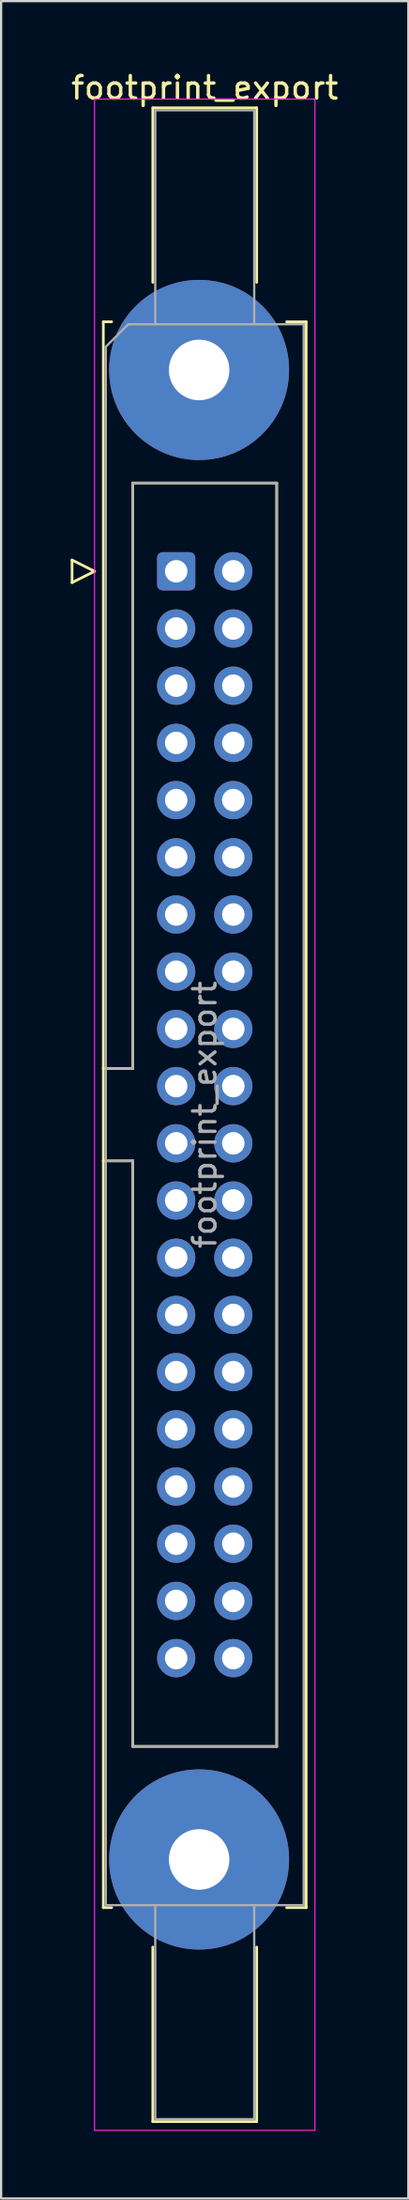
<source format=kicad_pcb>
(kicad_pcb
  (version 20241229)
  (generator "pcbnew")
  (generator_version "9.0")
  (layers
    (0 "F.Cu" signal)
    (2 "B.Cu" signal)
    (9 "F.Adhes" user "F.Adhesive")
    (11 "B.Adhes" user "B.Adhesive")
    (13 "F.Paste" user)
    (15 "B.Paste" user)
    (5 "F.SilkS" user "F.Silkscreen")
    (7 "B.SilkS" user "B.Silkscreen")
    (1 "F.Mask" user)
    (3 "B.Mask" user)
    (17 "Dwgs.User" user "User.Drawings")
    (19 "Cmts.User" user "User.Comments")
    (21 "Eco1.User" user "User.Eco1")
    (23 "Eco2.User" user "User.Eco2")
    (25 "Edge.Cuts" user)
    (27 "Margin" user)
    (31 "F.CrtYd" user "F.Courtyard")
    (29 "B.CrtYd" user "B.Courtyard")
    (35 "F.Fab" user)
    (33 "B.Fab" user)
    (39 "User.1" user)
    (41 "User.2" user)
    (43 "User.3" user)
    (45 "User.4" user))
  (footprint "footprint_export"
    (layer "F.Cu")
    (at 4.784 22.318)
    (property "Reference" "footprint_export" (at 1.27 -21.47 0) (layer "F.SilkS") (effects (font (size 1 1) (thickness 0.15))))
    (attr through_hole)
    (fp_line (start -4.63 -0.5) (end -4.63 0.5) (stroke (width 0.12) (type solid)) (layer "F.SilkS"))
    (fp_line (start -4.63 0.5) (end -3.63 0) (stroke (width 0.12) (type solid)) (layer "F.SilkS"))
    (fp_line (start -3.63 0) (end -4.63 -0.5) (stroke (width 0.12) (type solid)) (layer "F.SilkS"))
    (fp_line (start -3.24 -11.08) (end -3.24 59.34) (stroke (width 0.12) (type solid)) (layer "F.SilkS"))
    (fp_line (start -3.24 22.08) (end -1.93 22.08) (stroke (width 0.12) (type solid)) (layer "F.SilkS"))
    (fp_line (start -3.24 59.34) (end -2.87 59.34) (stroke (width 0.12) (type solid)) (layer "F.SilkS"))
    (fp_line (start -2.87 -11.08) (end -3.24 -11.08) (stroke (width 0.12) (type solid)) (layer "F.SilkS"))
    (fp_line (start -1.93 -3.92) (end 4.47 -3.92) (stroke (width 0.12) (type solid)) (layer "F.SilkS"))
    (fp_line (start -1.93 22.08) (end -1.93 -3.92) (stroke (width 0.12) (type solid)) (layer "F.SilkS"))
    (fp_line (start -1.93 26.18) (end -3.24 26.18) (stroke (width 0.12) (type solid)) (layer "F.SilkS"))
    (fp_line (start -1.93 26.18) (end -1.93 26.18) (stroke (width 0.12) (type solid)) (layer "F.SilkS"))
    (fp_line (start -1.93 52.18) (end -1.93 26.18) (stroke (width 0.12) (type solid)) (layer "F.SilkS"))
    (fp_line (start -1.04 -20.58) (end 3.58 -20.58) (stroke (width 0.12) (type solid)) (layer "F.SilkS"))
    (fp_line (start -1.04 -12.83) (end -1.04 -20.58) (stroke (width 0.12) (type solid)) (layer "F.SilkS"))
    (fp_line (start -1.04 61.09) (end -1.04 68.84) (stroke (width 0.12) (type solid)) (layer "F.SilkS"))
    (fp_line (start -1.04 68.84) (end 3.58 68.84) (stroke (width 0.12) (type solid)) (layer "F.SilkS"))
    (fp_line (start 3.58 -20.58) (end 3.58 -12.83) (stroke (width 0.12) (type solid)) (layer "F.SilkS"))
    (fp_line (start 3.58 68.84) (end 3.58 61.09) (stroke (width 0.12) (type solid)) (layer "F.SilkS"))
    (fp_line (start 4.47 -3.92) (end 4.47 52.18) (stroke (width 0.12) (type solid)) (layer "F.SilkS"))
    (fp_line (start 4.47 52.18) (end -1.93 52.18) (stroke (width 0.12) (type solid)) (layer "F.SilkS"))
    (fp_line (start 4.91 -11.08) (end 5.78 -11.08) (stroke (width 0.12) (type solid)) (layer "F.SilkS"))
    (fp_line (start 5.78 -11.08) (end 5.78 59.34) (stroke (width 0.12) (type solid)) (layer "F.SilkS"))
    (fp_line (start 5.78 59.34) (end 4.91 59.34) (stroke (width 0.12) (type solid)) (layer "F.SilkS"))
    (fp_line (start -3.63 -20.97) (end -3.63 69.23) (stroke (width 0.05) (type solid)) (layer "F.CrtYd"))
    (fp_line (start -3.63 69.23) (end 6.17 69.23) (stroke (width 0.05) (type solid)) (layer "F.CrtYd"))
    (fp_line (start 6.17 -20.97) (end -3.63 -20.97) (stroke (width 0.05) (type solid)) (layer "F.CrtYd"))
    (fp_line (start 6.17 69.23) (end 6.17 -20.97) (stroke (width 0.05) (type solid)) (layer "F.CrtYd"))
    (fp_line (start -3.13 -9.97) (end -2.13 -10.97) (stroke (width 0.1) (type solid)) (layer "F.Fab"))
    (fp_line (start -3.13 22.08) (end -1.93 22.08) (stroke (width 0.1) (type solid)) (layer "F.Fab"))
    (fp_line (start -3.13 59.23) (end -3.13 -9.97) (stroke (width 0.1) (type solid)) (layer "F.Fab"))
    (fp_line (start -2.13 -10.97) (end 5.67 -10.97) (stroke (width 0.1) (type solid)) (layer "F.Fab"))
    (fp_line (start -1.93 -3.92) (end 4.47 -3.92) (stroke (width 0.1) (type solid)) (layer "F.Fab"))
    (fp_line (start -1.93 22.08) (end -1.93 -3.92) (stroke (width 0.1) (type solid)) (layer "F.Fab"))
    (fp_line (start -1.93 26.18) (end -3.13 26.18) (stroke (width 0.1) (type solid)) (layer "F.Fab"))
    (fp_line (start -1.93 26.18) (end -1.93 26.18) (stroke (width 0.1) (type solid)) (layer "F.Fab"))
    (fp_line (start -1.93 52.18) (end -1.93 26.18) (stroke (width 0.1) (type solid)) (layer "F.Fab"))
    (fp_line (start -0.93 -20.47) (end 3.47 -20.47) (stroke (width 0.1) (type solid)) (layer "F.Fab"))
    (fp_line (start -0.93 -10.97) (end -0.93 -20.47) (stroke (width 0.1) (type solid)) (layer "F.Fab"))
    (fp_line (start -0.93 59.23) (end -0.93 68.73) (stroke (width 0.1) (type solid)) (layer "F.Fab"))
    (fp_line (start -0.93 68.73) (end 3.47 68.73) (stroke (width 0.1) (type solid)) (layer "F.Fab"))
    (fp_line (start 3.47 -20.47) (end 3.47 -10.97) (stroke (width 0.1) (type solid)) (layer "F.Fab"))
    (fp_line (start 3.47 68.73) (end 3.47 59.23) (stroke (width 0.1) (type solid)) (layer "F.Fab"))
    (fp_line (start 4.47 -3.92) (end 4.47 52.18) (stroke (width 0.1) (type solid)) (layer "F.Fab"))
    (fp_line (start 4.47 52.18) (end -1.93 52.18) (stroke (width 0.1) (type solid)) (layer "F.Fab"))
    (fp_line (start 5.67 -10.97) (end 5.67 59.23) (stroke (width 0.1) (type solid)) (layer "F.Fab"))
    (fp_line (start 5.67 59.23) (end -3.13 59.23) (stroke (width 0.1) (type solid)) (layer "F.Fab"))
    (fp_text user "${REFERENCE}" (at 1.27 24.13 90) (layer "F.Fab") (effects (font (size 1 1) (thickness 0.15))))
    (pad "1" thru_hole roundrect (at 0 0) (size 1.7 1.7) (drill 1) (layers "*.Cu" "*.Mask") (roundrect_rratio 0.147))
    (pad "2" thru_hole circle (at 2.54 0) (size 1.7 1.7) (drill 1) (layers "*.Cu" "*.Mask"))
    (pad "3" thru_hole circle (at 0 2.54) (size 1.7 1.7) (drill 1) (layers "*.Cu" "*.Mask"))
    (pad "4" thru_hole circle (at 2.54 2.54) (size 1.7 1.7) (drill 1) (layers "*.Cu" "*.Mask"))
    (pad "5" thru_hole circle (at 0 5.08) (size 1.7 1.7) (drill 1) (layers "*.Cu" "*.Mask"))
    (pad "6" thru_hole circle (at 2.54 5.08) (size 1.7 1.7) (drill 1) (layers "*.Cu" "*.Mask"))
    (pad "7" thru_hole circle (at 0 7.62) (size 1.7 1.7) (drill 1) (layers "*.Cu" "*.Mask"))
    (pad "8" thru_hole circle (at 2.54 7.62) (size 1.7 1.7) (drill 1) (layers "*.Cu" "*.Mask"))
    (pad "9" thru_hole circle (at 0 10.16) (size 1.7 1.7) (drill 1) (layers "*.Cu" "*.Mask"))
    (pad "10" thru_hole circle (at 2.54 10.16) (size 1.7 1.7) (drill 1) (layers "*.Cu" "*.Mask"))
    (pad "11" thru_hole circle (at 0 12.7) (size 1.7 1.7) (drill 1) (layers "*.Cu" "*.Mask"))
    (pad "12" thru_hole circle (at 2.54 12.7) (size 1.7 1.7) (drill 1) (layers "*.Cu" "*.Mask"))
    (pad "13" thru_hole circle (at 0 15.24) (size 1.7 1.7) (drill 1) (layers "*.Cu" "*.Mask"))
    (pad "14" thru_hole circle (at 2.54 15.24) (size 1.7 1.7) (drill 1) (layers "*.Cu" "*.Mask"))
    (pad "15" thru_hole circle (at 0 17.78) (size 1.7 1.7) (drill 1) (layers "*.Cu" "*.Mask"))
    (pad "16" thru_hole circle (at 2.54 17.78) (size 1.7 1.7) (drill 1) (layers "*.Cu" "*.Mask"))
    (pad "17" thru_hole circle (at 0 20.32) (size 1.7 1.7) (drill 1) (layers "*.Cu" "*.Mask"))
    (pad "18" thru_hole circle (at 2.54 20.32) (size 1.7 1.7) (drill 1) (layers "*.Cu" "*.Mask"))
    (pad "19" thru_hole circle (at 0 22.86) (size 1.7 1.7) (drill 1) (layers "*.Cu" "*.Mask"))
    (pad "20" thru_hole circle (at 2.54 22.86) (size 1.7 1.7) (drill 1) (layers "*.Cu" "*.Mask"))
    (pad "21" thru_hole circle (at 0 25.4) (size 1.7 1.7) (drill 1) (layers "*.Cu" "*.Mask"))
    (pad "22" thru_hole circle (at 2.54 25.4) (size 1.7 1.7) (drill 1) (layers "*.Cu" "*.Mask"))
    (pad "23" thru_hole circle (at 0 27.94) (size 1.7 1.7) (drill 1) (layers "*.Cu" "*.Mask"))
    (pad "24" thru_hole circle (at 2.54 27.94) (size 1.7 1.7) (drill 1) (layers "*.Cu" "*.Mask"))
    (pad "25" thru_hole circle (at 0 30.48) (size 1.7 1.7) (drill 1) (layers "*.Cu" "*.Mask"))
    (pad "26" thru_hole circle (at 2.54 30.48) (size 1.7 1.7) (drill 1) (layers "*.Cu" "*.Mask"))
    (pad "27" thru_hole circle (at 0 33.02) (size 1.7 1.7) (drill 1) (layers "*.Cu" "*.Mask"))
    (pad "28" thru_hole circle (at 2.54 33.02) (size 1.7 1.7) (drill 1) (layers "*.Cu" "*.Mask"))
    (pad "29" thru_hole circle (at 0 35.56) (size 1.7 1.7) (drill 1) (layers "*.Cu" "*.Mask"))
    (pad "30" thru_hole circle (at 2.54 35.56) (size 1.7 1.7) (drill 1) (layers "*.Cu" "*.Mask"))
    (pad "31" thru_hole circle (at 0 38.1) (size 1.7 1.7) (drill 1) (layers "*.Cu" "*.Mask"))
    (pad "32" thru_hole circle (at 2.54 38.1) (size 1.7 1.7) (drill 1) (layers "*.Cu" "*.Mask"))
    (pad "33" thru_hole circle (at 0 40.64) (size 1.7 1.7) (drill 1) (layers "*.Cu" "*.Mask"))
    (pad "34" thru_hole circle (at 2.54 40.64) (size 1.7 1.7) (drill 1) (layers "*.Cu" "*.Mask"))
    (pad "35" thru_hole circle (at 0 43.18) (size 1.7 1.7) (drill 1) (layers "*.Cu" "*.Mask"))
    (pad "36" thru_hole circle (at 2.54 43.18) (size 1.7 1.7) (drill 1) (layers "*.Cu" "*.Mask"))
    (pad "37" thru_hole circle (at 0 45.72) (size 1.7 1.7) (drill 1) (layers "*.Cu" "*.Mask"))
    (pad "38" thru_hole circle (at 2.54 45.72) (size 1.7 1.7) (drill 1) (layers "*.Cu" "*.Mask"))
    (pad "39" thru_hole circle (at 0 48.26) (size 1.7 1.7) (drill 1) (layers "*.Cu" "*.Mask"))
    (pad "40" thru_hole circle (at 2.54 48.26) (size 1.7 1.7) (drill 1) (layers "*.Cu" "*.Mask"))
    (pad "MP" thru_hole circle (at 1.02 -8.94) (size 8 8) (drill 2.69) (layers "*.Cu" "*.Mask"))
    (pad "MP" thru_hole circle (at 1.02 57.2) (size 8 8) (drill 2.69) (layers "*.Cu" "*.Mask")))
  (gr_rect
    (start -3 -3)
    (end 15.107 94.573)
    (stroke (width 0.1) (type default))
    (fill no)
    (layer "Edge.Cuts")))
</source>
